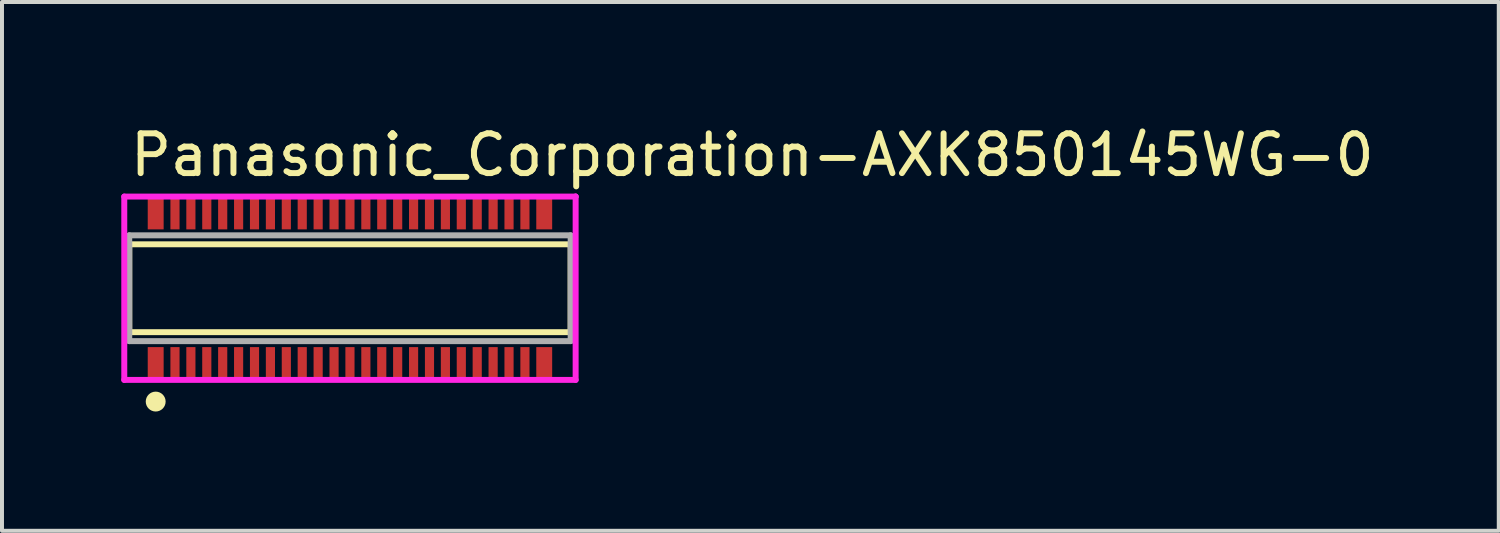
<source format=kicad_pcb>
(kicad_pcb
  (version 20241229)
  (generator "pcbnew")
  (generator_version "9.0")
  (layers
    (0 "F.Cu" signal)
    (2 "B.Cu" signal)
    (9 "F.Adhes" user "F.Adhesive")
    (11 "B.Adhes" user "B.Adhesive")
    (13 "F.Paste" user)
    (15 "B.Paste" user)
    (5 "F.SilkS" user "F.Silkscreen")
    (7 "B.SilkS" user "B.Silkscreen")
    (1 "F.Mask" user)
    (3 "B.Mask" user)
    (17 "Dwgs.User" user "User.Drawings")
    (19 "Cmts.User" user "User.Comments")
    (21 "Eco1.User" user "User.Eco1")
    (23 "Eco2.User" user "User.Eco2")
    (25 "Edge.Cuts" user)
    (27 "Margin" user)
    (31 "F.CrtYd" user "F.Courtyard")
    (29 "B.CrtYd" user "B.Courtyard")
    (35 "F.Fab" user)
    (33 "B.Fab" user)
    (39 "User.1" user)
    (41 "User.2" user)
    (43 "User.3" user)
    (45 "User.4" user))
  (footprint "Panasonic_Corporation-AXK850145WG-0"
    (layer "F.Cu")
    (at 5.75 4.198)
    (property "Reference" "Panasonic_Corporation-AXK850145WG-0" (at -5.6 -3.35 0) (layer "F.SilkS") (effects (font (size 1 1) (thickness 0.15)) (justify left)))
    (attr through_hole)
    (fp_line (start -5.55 -1.105) (end 5.55 -1.105) (stroke (width 0.15) (type solid)) (layer "F.SilkS"))
    (fp_line (start -5.55 1.105) (end -5.55 -1.105) (stroke (width 0.15) (type solid)) (layer "F.SilkS"))
    (fp_line (start 5.55 -1.105) (end 5.55 1.105) (stroke (width 0.15) (type solid)) (layer "F.SilkS"))
    (fp_line (start 5.55 1.105) (end -5.55 1.105) (stroke (width 0.15) (type solid)) (layer "F.SilkS"))
    (fp_circle (center -4.885 2.85) (end -4.76 2.85) (stroke (width 0.25) (type solid)) (fill no) (layer "F.SilkS"))
    (fp_line (start -5.675 -2.305) (end -5.675 2.305) (stroke (width 0.15) (type solid)) (layer "F.CrtYd"))
    (fp_line (start -5.675 2.305) (end 5.675 2.305) (stroke (width 0.15) (type solid)) (layer "F.CrtYd"))
    (fp_line (start 5.675 -2.305) (end -5.675 -2.305) (stroke (width 0.15) (type solid)) (layer "F.CrtYd"))
    (fp_line (start 5.675 -2.305) (end 5.675 -2.305) (stroke (width 0.15) (type solid)) (layer "F.CrtYd"))
    (fp_line (start 5.675 2.305) (end 5.675 -2.305) (stroke (width 0.15) (type solid)) (layer "F.CrtYd"))
    (fp_line (start -5.55 -1.33) (end 5.55 -1.33) (stroke (width 0.15) (type solid)) (layer "F.Fab"))
    (fp_line (start -5.55 1.33) (end -5.55 -1.33) (stroke (width 0.15) (type solid)) (layer "F.Fab"))
    (fp_line (start 5.55 -1.33) (end 5.55 1.33) (stroke (width 0.15) (type solid)) (layer "F.Fab"))
    (fp_line (start 5.55 1.33) (end -5.55 1.33) (stroke (width 0.15) (type solid)) (layer "F.Fab"))
    (pad "" smd rect (at -4.875 -1.865) (size 0.35 0.37) (layers "F.Paste"))
    (pad "" smd rect (at -4.875 1.865) (size 0.35 0.37) (layers "F.Paste"))
    (pad "" smd rect (at -4.4 -1.865) (size 0.2 0.37) (layers "F.Paste"))
    (pad "" smd rect (at -4.4 1.865) (size 0.2 0.37) (layers "F.Paste"))
    (pad "" smd rect (at -4 -1.865) (size 0.2 0.37) (layers "F.Paste"))
    (pad "" smd rect (at -4 1.865) (size 0.2 0.37) (layers "F.Paste"))
    (pad "" smd rect (at -3.6 -1.865) (size 0.2 0.37) (layers "F.Paste"))
    (pad "" smd rect (at -3.6 1.865) (size 0.2 0.37) (layers "F.Paste"))
    (pad "" smd rect (at -3.2 -1.865) (size 0.2 0.37) (layers "F.Paste"))
    (pad "" smd rect (at -3.2 1.865) (size 0.2 0.37) (layers "F.Paste"))
    (pad "" smd rect (at -2.8 -1.865) (size 0.2 0.37) (layers "F.Paste"))
    (pad "" smd rect (at -2.8 1.865) (size 0.2 0.37) (layers "F.Paste"))
    (pad "" smd rect (at -2.4 -1.865) (size 0.2 0.37) (layers "F.Paste"))
    (pad "" smd rect (at -2.4 1.865) (size 0.2 0.37) (layers "F.Paste"))
    (pad "" smd rect (at -2 -1.865) (size 0.2 0.37) (layers "F.Paste"))
    (pad "" smd rect (at -2 1.865) (size 0.2 0.37) (layers "F.Paste"))
    (pad "" smd rect (at -1.6 -1.865) (size 0.2 0.37) (layers "F.Paste"))
    (pad "" smd rect (at -1.6 1.865) (size 0.2 0.37) (layers "F.Paste"))
    (pad "" smd rect (at -1.2 -1.865) (size 0.2 0.37) (layers "F.Paste"))
    (pad "" smd rect (at -1.2 1.865) (size 0.2 0.37) (layers "F.Paste"))
    (pad "" smd rect (at -0.8 -1.865) (size 0.2 0.37) (layers "F.Paste"))
    (pad "" smd rect (at -0.8 1.865) (size 0.2 0.37) (layers "F.Paste"))
    (pad "" smd rect (at -0.4 -1.865) (size 0.2 0.37) (layers "F.Paste"))
    (pad "" smd rect (at -0.4 1.865) (size 0.2 0.37) (layers "F.Paste"))
    (pad "" smd rect (at 0 -1.865) (size 0.2 0.37) (layers "F.Paste"))
    (pad "" smd rect (at 0 1.865) (size 0.2 0.37) (layers "F.Paste"))
    (pad "" smd rect (at 0.4 -1.865) (size 0.2 0.37) (layers "F.Paste"))
    (pad "" smd rect (at 0.4 1.865) (size 0.2 0.37) (layers "F.Paste"))
    (pad "" smd rect (at 0.8 -1.865) (size 0.2 0.37) (layers "F.Paste"))
    (pad "" smd rect (at 0.8 1.865) (size 0.2 0.37) (layers "F.Paste"))
    (pad "" smd rect (at 1.2 -1.865) (size 0.2 0.37) (layers "F.Paste"))
    (pad "" smd rect (at 1.2 1.865) (size 0.2 0.37) (layers "F.Paste"))
    (pad "" smd rect (at 1.6 -1.865) (size 0.2 0.37) (layers "F.Paste"))
    (pad "" smd rect (at 1.6 1.865) (size 0.2 0.37) (layers "F.Paste"))
    (pad "" smd rect (at 2 -1.865) (size 0.2 0.37) (layers "F.Paste"))
    (pad "" smd rect (at 2 1.865) (size 0.2 0.37) (layers "F.Paste"))
    (pad "" smd rect (at 2.4 -1.865) (size 0.2 0.37) (layers "F.Paste"))
    (pad "" smd rect (at 2.4 1.865) (size 0.2 0.37) (layers "F.Paste"))
    (pad "" smd rect (at 2.8 -1.865) (size 0.2 0.37) (layers "F.Paste"))
    (pad "" smd rect (at 2.8 1.865) (size 0.2 0.37) (layers "F.Paste"))
    (pad "" smd rect (at 3.2 -1.865) (size 0.2 0.37) (layers "F.Paste"))
    (pad "" smd rect (at 3.2 1.865) (size 0.2 0.37) (layers "F.Paste"))
    (pad "" smd rect (at 3.6 -1.865) (size 0.2 0.37) (layers "F.Paste"))
    (pad "" smd rect (at 3.6 1.865) (size 0.2 0.37) (layers "F.Paste"))
    (pad "" smd rect (at 4 -1.865) (size 0.2 0.37) (layers "F.Paste"))
    (pad "" smd rect (at 4 1.865) (size 0.2 0.37) (layers "F.Paste"))
    (pad "" smd rect (at 4.4 -1.865) (size 0.2 0.37) (layers "F.Paste"))
    (pad "" smd rect (at 4.4 1.865) (size 0.2 0.37) (layers "F.Paste"))
    (pad "" smd rect (at 4.875 -1.865) (size 0.35 0.37) (layers "F.Paste"))
    (pad "" smd rect (at 4.875 1.865) (size 0.35 0.37) (layers "F.Paste"))
    (pad "1" smd rect (at -4.885 1.88) (size 0.4 0.8) (layers "F.Cu" "F.Mask"))
    (pad "2" smd rect (at -4.885 -1.88) (size 0.4 0.8) (layers "F.Cu" "F.Mask"))
    (pad "3" smd rect (at -4.4 1.88) (size 0.23 0.8) (layers "F.Cu" "F.Mask"))
    (pad "4" smd rect (at -4.4 -1.88) (size 0.23 0.8) (layers "F.Cu" "F.Mask"))
    (pad "5" smd rect (at -4 1.88) (size 0.23 0.8) (layers "F.Cu" "F.Mask"))
    (pad "6" smd rect (at -4 -1.88) (size 0.23 0.8) (layers "F.Cu" "F.Mask"))
    (pad "7" smd rect (at -3.6 1.88) (size 0.23 0.8) (layers "F.Cu" "F.Mask"))
    (pad "8" smd rect (at -3.6 -1.88) (size 0.23 0.8) (layers "F.Cu" "F.Mask"))
    (pad "9" smd rect (at -3.2 1.88) (size 0.23 0.8) (layers "F.Cu" "F.Mask"))
    (pad "10" smd rect (at -3.2 -1.88) (size 0.23 0.8) (layers "F.Cu" "F.Mask"))
    (pad "11" smd rect (at -2.8 1.88) (size 0.23 0.8) (layers "F.Cu" "F.Mask"))
    (pad "12" smd rect (at -2.8 -1.88) (size 0.23 0.8) (layers "F.Cu" "F.Mask"))
    (pad "13" smd rect (at -2.4 1.88) (size 0.23 0.8) (layers "F.Cu" "F.Mask"))
    (pad "14" smd rect (at -2.4 -1.88) (size 0.23 0.8) (layers "F.Cu" "F.Mask"))
    (pad "15" smd rect (at -2 1.88) (size 0.23 0.8) (layers "F.Cu" "F.Mask"))
    (pad "16" smd rect (at -2 -1.88) (size 0.23 0.8) (layers "F.Cu" "F.Mask"))
    (pad "17" smd rect (at -1.6 1.88) (size 0.23 0.8) (layers "F.Cu" "F.Mask"))
    (pad "18" smd rect (at -1.6 -1.88) (size 0.23 0.8) (layers "F.Cu" "F.Mask"))
    (pad "19" smd rect (at -1.2 1.88) (size 0.23 0.8) (layers "F.Cu" "F.Mask"))
    (pad "20" smd rect (at -1.2 -1.88) (size 0.23 0.8) (layers "F.Cu" "F.Mask"))
    (pad "21" smd rect (at -0.8 1.88) (size 0.23 0.8) (layers "F.Cu" "F.Mask"))
    (pad "22" smd rect (at -0.8 -1.88) (size 0.23 0.8) (layers "F.Cu" "F.Mask"))
    (pad "23" smd rect (at -0.4 1.88) (size 0.23 0.8) (layers "F.Cu" "F.Mask"))
    (pad "24" smd rect (at -0.4 -1.88) (size 0.23 0.8) (layers "F.Cu" "F.Mask"))
    (pad "25" smd rect (at 0 1.88) (size 0.23 0.8) (layers "F.Cu" "F.Mask"))
    (pad "26" smd rect (at 0 -1.88) (size 0.23 0.8) (layers "F.Cu" "F.Mask"))
    (pad "27" smd rect (at 0.4 1.88) (size 0.23 0.8) (layers "F.Cu" "F.Mask"))
    (pad "28" smd rect (at 0.4 -1.88) (size 0.23 0.8) (layers "F.Cu" "F.Mask"))
    (pad "29" smd rect (at 0.8 1.88) (size 0.23 0.8) (layers "F.Cu" "F.Mask"))
    (pad "30" smd rect (at 0.8 -1.88) (size 0.23 0.8) (layers "F.Cu" "F.Mask"))
    (pad "31" smd rect (at 1.2 1.88) (size 0.23 0.8) (layers "F.Cu" "F.Mask"))
    (pad "32" smd rect (at 1.2 -1.88) (size 0.23 0.8) (layers "F.Cu" "F.Mask"))
    (pad "33" smd rect (at 1.6 1.88) (size 0.23 0.8) (layers "F.Cu" "F.Mask"))
    (pad "34" smd rect (at 1.6 -1.88) (size 0.23 0.8) (layers "F.Cu" "F.Mask"))
    (pad "35" smd rect (at 2 1.88) (size 0.23 0.8) (layers "F.Cu" "F.Mask"))
    (pad "36" smd rect (at 2 -1.88) (size 0.23 0.8) (layers "F.Cu" "F.Mask"))
    (pad "37" smd rect (at 2.4 1.88) (size 0.23 0.8) (layers "F.Cu" "F.Mask"))
    (pad "38" smd rect (at 2.4 -1.88) (size 0.23 0.8) (layers "F.Cu" "F.Mask"))
    (pad "39" smd rect (at 2.8 1.88) (size 0.23 0.8) (layers "F.Cu" "F.Mask"))
    (pad "40" smd rect (at 2.8 -1.88) (size 0.23 0.8) (layers "F.Cu" "F.Mask"))
    (pad "41" smd rect (at 3.2 1.88) (size 0.23 0.8) (layers "F.Cu" "F.Mask"))
    (pad "42" smd rect (at 3.2 -1.88) (size 0.23 0.8) (layers "F.Cu" "F.Mask"))
    (pad "43" smd rect (at 3.6 1.88) (size 0.23 0.8) (layers "F.Cu" "F.Mask"))
    (pad "44" smd rect (at 3.6 -1.88) (size 0.23 0.8) (layers "F.Cu" "F.Mask"))
    (pad "45" smd rect (at 4 1.88) (size 0.23 0.8) (layers "F.Cu" "F.Mask"))
    (pad "46" smd rect (at 4 -1.88) (size 0.23 0.8) (layers "F.Cu" "F.Mask"))
    (pad "47" smd rect (at 4.4 1.88) (size 0.23 0.8) (layers "F.Cu" "F.Mask"))
    (pad "48" smd rect (at 4.4 -1.88) (size 0.23 0.8) (layers "F.Cu" "F.Mask"))
    (pad "49" smd rect (at 4.885 1.88) (size 0.4 0.8) (layers "F.Cu" "F.Mask"))
    (pad "50" smd rect (at 4.885 -1.88) (size 0.4 0.8) (layers "F.Cu" "F.Mask")))
  (gr_rect
    (start -3 -3)
    (end 34.638 10.298)
    (stroke (width 0.1) (type default))
    (fill no)
    (layer "Edge.Cuts")))
</source>
